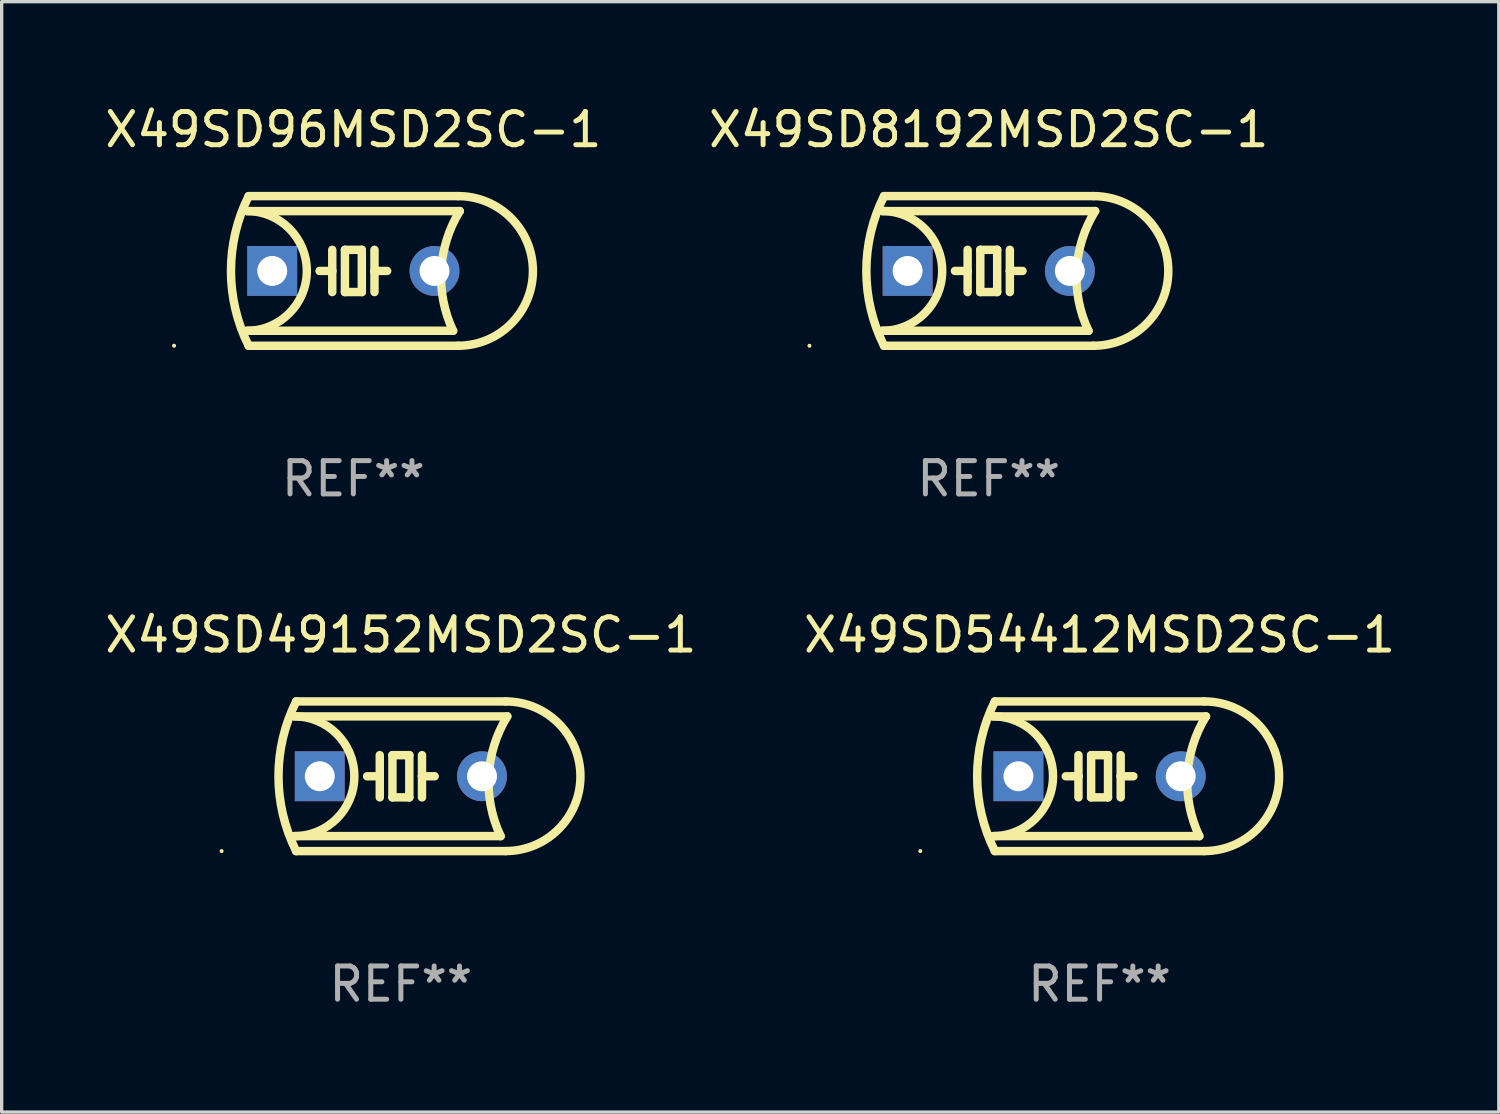
<source format=kicad_pcb>
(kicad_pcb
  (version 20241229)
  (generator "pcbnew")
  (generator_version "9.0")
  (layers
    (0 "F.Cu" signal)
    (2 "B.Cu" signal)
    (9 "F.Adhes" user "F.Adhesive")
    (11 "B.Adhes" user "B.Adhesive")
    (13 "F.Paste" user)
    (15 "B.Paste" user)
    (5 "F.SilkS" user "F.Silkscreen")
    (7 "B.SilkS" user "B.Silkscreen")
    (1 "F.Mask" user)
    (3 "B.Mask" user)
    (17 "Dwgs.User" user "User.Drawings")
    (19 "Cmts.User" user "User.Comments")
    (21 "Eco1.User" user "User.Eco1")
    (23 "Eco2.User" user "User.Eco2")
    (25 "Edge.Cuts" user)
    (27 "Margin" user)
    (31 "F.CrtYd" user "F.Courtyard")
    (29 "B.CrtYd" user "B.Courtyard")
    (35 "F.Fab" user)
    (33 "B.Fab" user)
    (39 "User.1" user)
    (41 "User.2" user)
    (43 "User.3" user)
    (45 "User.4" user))
  (footprint "X49SD54412MSD2SC-1"
    (layer "F.Cu")
    (at 30.018 20.295)
    (property "Reference" "X49SD54412MSD2SC-1" (at 0 -4.25 0) (layer "F.SilkS") (effects (font (size 1 1) (thickness 0.15))))
    (attr through_hole)
    (fp_line (start -3.2 -1.8) (end 3.2 -1.8) (stroke (width 0.254) (type solid)) (layer "F.SilkS"))
    (fp_line (start -3.15 2.25) (end 3.15 2.25) (stroke (width 0.254) (type solid)) (layer "F.SilkS"))
    (fp_line (start -0.635 -0.635) (end -0.635 0) (stroke (width 0.254) (type solid)) (layer "F.SilkS"))
    (fp_line (start -0.635 0) (end -1.016 0) (stroke (width 0.254) (type solid)) (layer "F.SilkS"))
    (fp_line (start -0.635 0) (end -0.635 0.635) (stroke (width 0.254) (type solid)) (layer "F.SilkS"))
    (fp_line (start -0.254 -0.635) (end -0.254 0.635) (stroke (width 0.254) (type solid)) (layer "F.SilkS"))
    (fp_line (start -0.254 0.635) (end 0.254 0.635) (stroke (width 0.254) (type solid)) (layer "F.SilkS"))
    (fp_line (start 0.254 -0.635) (end -0.254 -0.635) (stroke (width 0.254) (type solid)) (layer "F.SilkS"))
    (fp_line (start 0.254 0.635) (end 0.254 -0.635) (stroke (width 0.254) (type solid)) (layer "F.SilkS"))
    (fp_line (start 0.635 -0.635) (end 0.635 0) (stroke (width 0.254) (type solid)) (layer "F.SilkS"))
    (fp_line (start 0.635 0) (end 0.635 0.635) (stroke (width 0.254) (type solid)) (layer "F.SilkS"))
    (fp_line (start 0.635 0) (end 1.016 0) (stroke (width 0.254) (type solid)) (layer "F.SilkS"))
    (fp_line (start 3 1.8) (end -3.2 1.8) (stroke (width 0.254) (type solid)) (layer "F.SilkS"))
    (fp_line (start 3.15 -2.25) (end -3.15 -2.25) (stroke (width 0.254) (type solid)) (layer "F.SilkS"))
    (fp_arc (start -3.200406 -1.800864) (mid -1.399974 -0.000635) (end -3.2 1.8) (stroke (width 0.254001) (type solid)) (layer "F.SilkS"))
    (fp_arc (start -3.149606 2.250444) (mid -3.680941 0.000261) (end -3.149987 -2.250013) (stroke (width 0.254001) (type solid)) (layer "F.SilkS"))
    (fp_arc (start 2.999746 1.800863) (mid 2.642982 -0.024977) (end 3.2 -1.8) (stroke (width 0.254001) (type solid)) (layer "F.SilkS"))
    (fp_arc (start 3.149607 -2.250445) (mid 5.399848 -0.000406) (end 3.149987 2.250013) (stroke (width 0.254001) (type solid)) (layer "F.SilkS"))
    (fp_circle (center -5.392 2.25) (end -5.362 2.25) (stroke (width 0.06) (type solid)) (fill no) (layer "F.SilkS"))
    (fp_text user "REF**" (at 0 6.25 0) (layer "F.Fab") (effects (font (size 1 1) (thickness 0.15))))
    (pad "1" thru_hole rect (at -2.44 0) (size 1.5 1.5) (drill 0.9) (layers "*.Cu" "*.Mask"))
    (pad "2" thru_hole circle (at 2.44 0) (size 1.5 1.5) (drill 0.9) (layers "*.Cu" "*.Mask")))
  (footprint "X49SD8192MSD2SC-1"
    (layer "F.Cu")
    (at 26.685 5.098)
    (property "Reference" "X49SD8192MSD2SC-1" (at 0 -4.25 0) (layer "F.SilkS") (effects (font (size 1 1) (thickness 0.15))))
    (attr through_hole)
    (fp_line (start -3.2 -1.8) (end 3.2 -1.8) (stroke (width 0.254) (type solid)) (layer "F.SilkS"))
    (fp_line (start -3.15 2.25) (end 3.15 2.25) (stroke (width 0.254) (type solid)) (layer "F.SilkS"))
    (fp_line (start -0.635 -0.635) (end -0.635 0) (stroke (width 0.254) (type solid)) (layer "F.SilkS"))
    (fp_line (start -0.635 0) (end -1.016 0) (stroke (width 0.254) (type solid)) (layer "F.SilkS"))
    (fp_line (start -0.635 0) (end -0.635 0.635) (stroke (width 0.254) (type solid)) (layer "F.SilkS"))
    (fp_line (start -0.254 -0.635) (end -0.254 0.635) (stroke (width 0.254) (type solid)) (layer "F.SilkS"))
    (fp_line (start -0.254 0.635) (end 0.254 0.635) (stroke (width 0.254) (type solid)) (layer "F.SilkS"))
    (fp_line (start 0.254 -0.635) (end -0.254 -0.635) (stroke (width 0.254) (type solid)) (layer "F.SilkS"))
    (fp_line (start 0.254 0.635) (end 0.254 -0.635) (stroke (width 0.254) (type solid)) (layer "F.SilkS"))
    (fp_line (start 0.635 -0.635) (end 0.635 0) (stroke (width 0.254) (type solid)) (layer "F.SilkS"))
    (fp_line (start 0.635 0) (end 0.635 0.635) (stroke (width 0.254) (type solid)) (layer "F.SilkS"))
    (fp_line (start 0.635 0) (end 1.016 0) (stroke (width 0.254) (type solid)) (layer "F.SilkS"))
    (fp_line (start 3 1.8) (end -3.2 1.8) (stroke (width 0.254) (type solid)) (layer "F.SilkS"))
    (fp_line (start 3.15 -2.25) (end -3.15 -2.25) (stroke (width 0.254) (type solid)) (layer "F.SilkS"))
    (fp_arc (start -3.200406 -1.800864) (mid -1.399974 -0.000635) (end -3.2 1.8) (stroke (width 0.254001) (type solid)) (layer "F.SilkS"))
    (fp_arc (start -3.149606 2.250444) (mid -3.680941 0.000261) (end -3.149987 -2.250013) (stroke (width 0.254001) (type solid)) (layer "F.SilkS"))
    (fp_arc (start 2.999746 1.800863) (mid 2.642982 -0.024977) (end 3.2 -1.8) (stroke (width 0.254001) (type solid)) (layer "F.SilkS"))
    (fp_arc (start 3.149607 -2.250445) (mid 5.399848 -0.000406) (end 3.149987 2.250013) (stroke (width 0.254001) (type solid)) (layer "F.SilkS"))
    (fp_circle (center -5.392 2.25) (end -5.362 2.25) (stroke (width 0.06) (type solid)) (fill no) (layer "F.SilkS"))
    (fp_text user "REF**" (at 0 6.25 0) (layer "F.Fab") (effects (font (size 1 1) (thickness 0.15))))
    (pad "1" thru_hole rect (at -2.44 0) (size 1.5 1.5) (drill 0.9) (layers "*.Cu" "*.Mask"))
    (pad "2" thru_hole circle (at 2.44 0) (size 1.5 1.5) (drill 0.9) (layers "*.Cu" "*.Mask")))
  (footprint "X49SD96MSD2SC-1"
    (layer "F.Cu")
    (at 7.577 5.098)
    (property "Reference" "X49SD96MSD2SC-1" (at 0 -4.25 0) (layer "F.SilkS") (effects (font (size 1 1) (thickness 0.15))))
    (attr through_hole)
    (fp_line (start -3.2 -1.8) (end 3.2 -1.8) (stroke (width 0.254) (type solid)) (layer "F.SilkS"))
    (fp_line (start -3.15 2.25) (end 3.15 2.25) (stroke (width 0.254) (type solid)) (layer "F.SilkS"))
    (fp_line (start -0.635 -0.635) (end -0.635 0) (stroke (width 0.254) (type solid)) (layer "F.SilkS"))
    (fp_line (start -0.635 0) (end -1.016 0) (stroke (width 0.254) (type solid)) (layer "F.SilkS"))
    (fp_line (start -0.635 0) (end -0.635 0.635) (stroke (width 0.254) (type solid)) (layer "F.SilkS"))
    (fp_line (start -0.254 -0.635) (end -0.254 0.635) (stroke (width 0.254) (type solid)) (layer "F.SilkS"))
    (fp_line (start -0.254 0.635) (end 0.254 0.635) (stroke (width 0.254) (type solid)) (layer "F.SilkS"))
    (fp_line (start 0.254 -0.635) (end -0.254 -0.635) (stroke (width 0.254) (type solid)) (layer "F.SilkS"))
    (fp_line (start 0.254 0.635) (end 0.254 -0.635) (stroke (width 0.254) (type solid)) (layer "F.SilkS"))
    (fp_line (start 0.635 -0.635) (end 0.635 0) (stroke (width 0.254) (type solid)) (layer "F.SilkS"))
    (fp_line (start 0.635 0) (end 0.635 0.635) (stroke (width 0.254) (type solid)) (layer "F.SilkS"))
    (fp_line (start 0.635 0) (end 1.016 0) (stroke (width 0.254) (type solid)) (layer "F.SilkS"))
    (fp_line (start 3 1.8) (end -3.2 1.8) (stroke (width 0.254) (type solid)) (layer "F.SilkS"))
    (fp_line (start 3.15 -2.25) (end -3.15 -2.25) (stroke (width 0.254) (type solid)) (layer "F.SilkS"))
    (fp_arc (start -3.200406 -1.800864) (mid -1.399974 -0.000635) (end -3.2 1.8) (stroke (width 0.254001) (type solid)) (layer "F.SilkS"))
    (fp_arc (start -3.149606 2.250444) (mid -3.680941 0.000261) (end -3.149987 -2.250013) (stroke (width 0.254001) (type solid)) (layer "F.SilkS"))
    (fp_arc (start 2.999746 1.800863) (mid 2.642982 -0.024977) (end 3.2 -1.8) (stroke (width 0.254001) (type solid)) (layer "F.SilkS"))
    (fp_arc (start 3.149607 -2.250445) (mid 5.399848 -0.000406) (end 3.149987 2.250013) (stroke (width 0.254001) (type solid)) (layer "F.SilkS"))
    (fp_circle (center -5.392 2.25) (end -5.362 2.25) (stroke (width 0.06) (type solid)) (fill no) (layer "F.SilkS"))
    (fp_text user "REF**" (at 0 6.25 0) (layer "F.Fab") (effects (font (size 1 1) (thickness 0.15))))
    (pad "1" thru_hole rect (at -2.44 0) (size 1.5 1.5) (drill 0.9) (layers "*.Cu" "*.Mask"))
    (pad "2" thru_hole circle (at 2.44 0) (size 1.5 1.5) (drill 0.9) (layers "*.Cu" "*.Mask")))
  (footprint "X49SD49152MSD2SC-1"
    (layer "F.Cu")
    (at 9.006 20.295)
    (property "Reference" "X49SD49152MSD2SC-1" (at 0 -4.25 0) (layer "F.SilkS") (effects (font (size 1 1) (thickness 0.15))))
    (attr through_hole)
    (fp_line (start -3.2 -1.8) (end 3.2 -1.8) (stroke (width 0.254) (type solid)) (layer "F.SilkS"))
    (fp_line (start -3.15 2.25) (end 3.15 2.25) (stroke (width 0.254) (type solid)) (layer "F.SilkS"))
    (fp_line (start -0.635 -0.635) (end -0.635 0) (stroke (width 0.254) (type solid)) (layer "F.SilkS"))
    (fp_line (start -0.635 0) (end -1.016 0) (stroke (width 0.254) (type solid)) (layer "F.SilkS"))
    (fp_line (start -0.635 0) (end -0.635 0.635) (stroke (width 0.254) (type solid)) (layer "F.SilkS"))
    (fp_line (start -0.254 -0.635) (end -0.254 0.635) (stroke (width 0.254) (type solid)) (layer "F.SilkS"))
    (fp_line (start -0.254 0.635) (end 0.254 0.635) (stroke (width 0.254) (type solid)) (layer "F.SilkS"))
    (fp_line (start 0.254 -0.635) (end -0.254 -0.635) (stroke (width 0.254) (type solid)) (layer "F.SilkS"))
    (fp_line (start 0.254 0.635) (end 0.254 -0.635) (stroke (width 0.254) (type solid)) (layer "F.SilkS"))
    (fp_line (start 0.635 -0.635) (end 0.635 0) (stroke (width 0.254) (type solid)) (layer "F.SilkS"))
    (fp_line (start 0.635 0) (end 0.635 0.635) (stroke (width 0.254) (type solid)) (layer "F.SilkS"))
    (fp_line (start 0.635 0) (end 1.016 0) (stroke (width 0.254) (type solid)) (layer "F.SilkS"))
    (fp_line (start 3 1.8) (end -3.2 1.8) (stroke (width 0.254) (type solid)) (layer "F.SilkS"))
    (fp_line (start 3.15 -2.25) (end -3.15 -2.25) (stroke (width 0.254) (type solid)) (layer "F.SilkS"))
    (fp_arc (start -3.200406 -1.800864) (mid -1.399974 -0.000635) (end -3.2 1.8) (stroke (width 0.254001) (type solid)) (layer "F.SilkS"))
    (fp_arc (start -3.149606 2.250444) (mid -3.680941 0.000261) (end -3.149987 -2.250013) (stroke (width 0.254001) (type solid)) (layer "F.SilkS"))
    (fp_arc (start 2.999746 1.800863) (mid 2.642982 -0.024977) (end 3.2 -1.8) (stroke (width 0.254001) (type solid)) (layer "F.SilkS"))
    (fp_arc (start 3.149607 -2.250445) (mid 5.399848 -0.000406) (end 3.149987 2.250013) (stroke (width 0.254001) (type solid)) (layer "F.SilkS"))
    (fp_circle (center -5.392 2.25) (end -5.362 2.25) (stroke (width 0.06) (type solid)) (fill no) (layer "F.SilkS"))
    (fp_text user "REF**" (at 0 6.25 0) (layer "F.Fab") (effects (font (size 1 1) (thickness 0.15))))
    (pad "1" thru_hole rect (at -2.44 0) (size 1.5 1.5) (drill 0.9) (layers "*.Cu" "*.Mask"))
    (pad "2" thru_hole circle (at 2.44 0) (size 1.5 1.5) (drill 0.9) (layers "*.Cu" "*.Mask")))
  (gr_rect
    (start -3 -3)
    (end 42.024 30.393)
    (stroke (width 0.1) (type default))
    (fill no)
    (layer "Edge.Cuts")))
</source>
